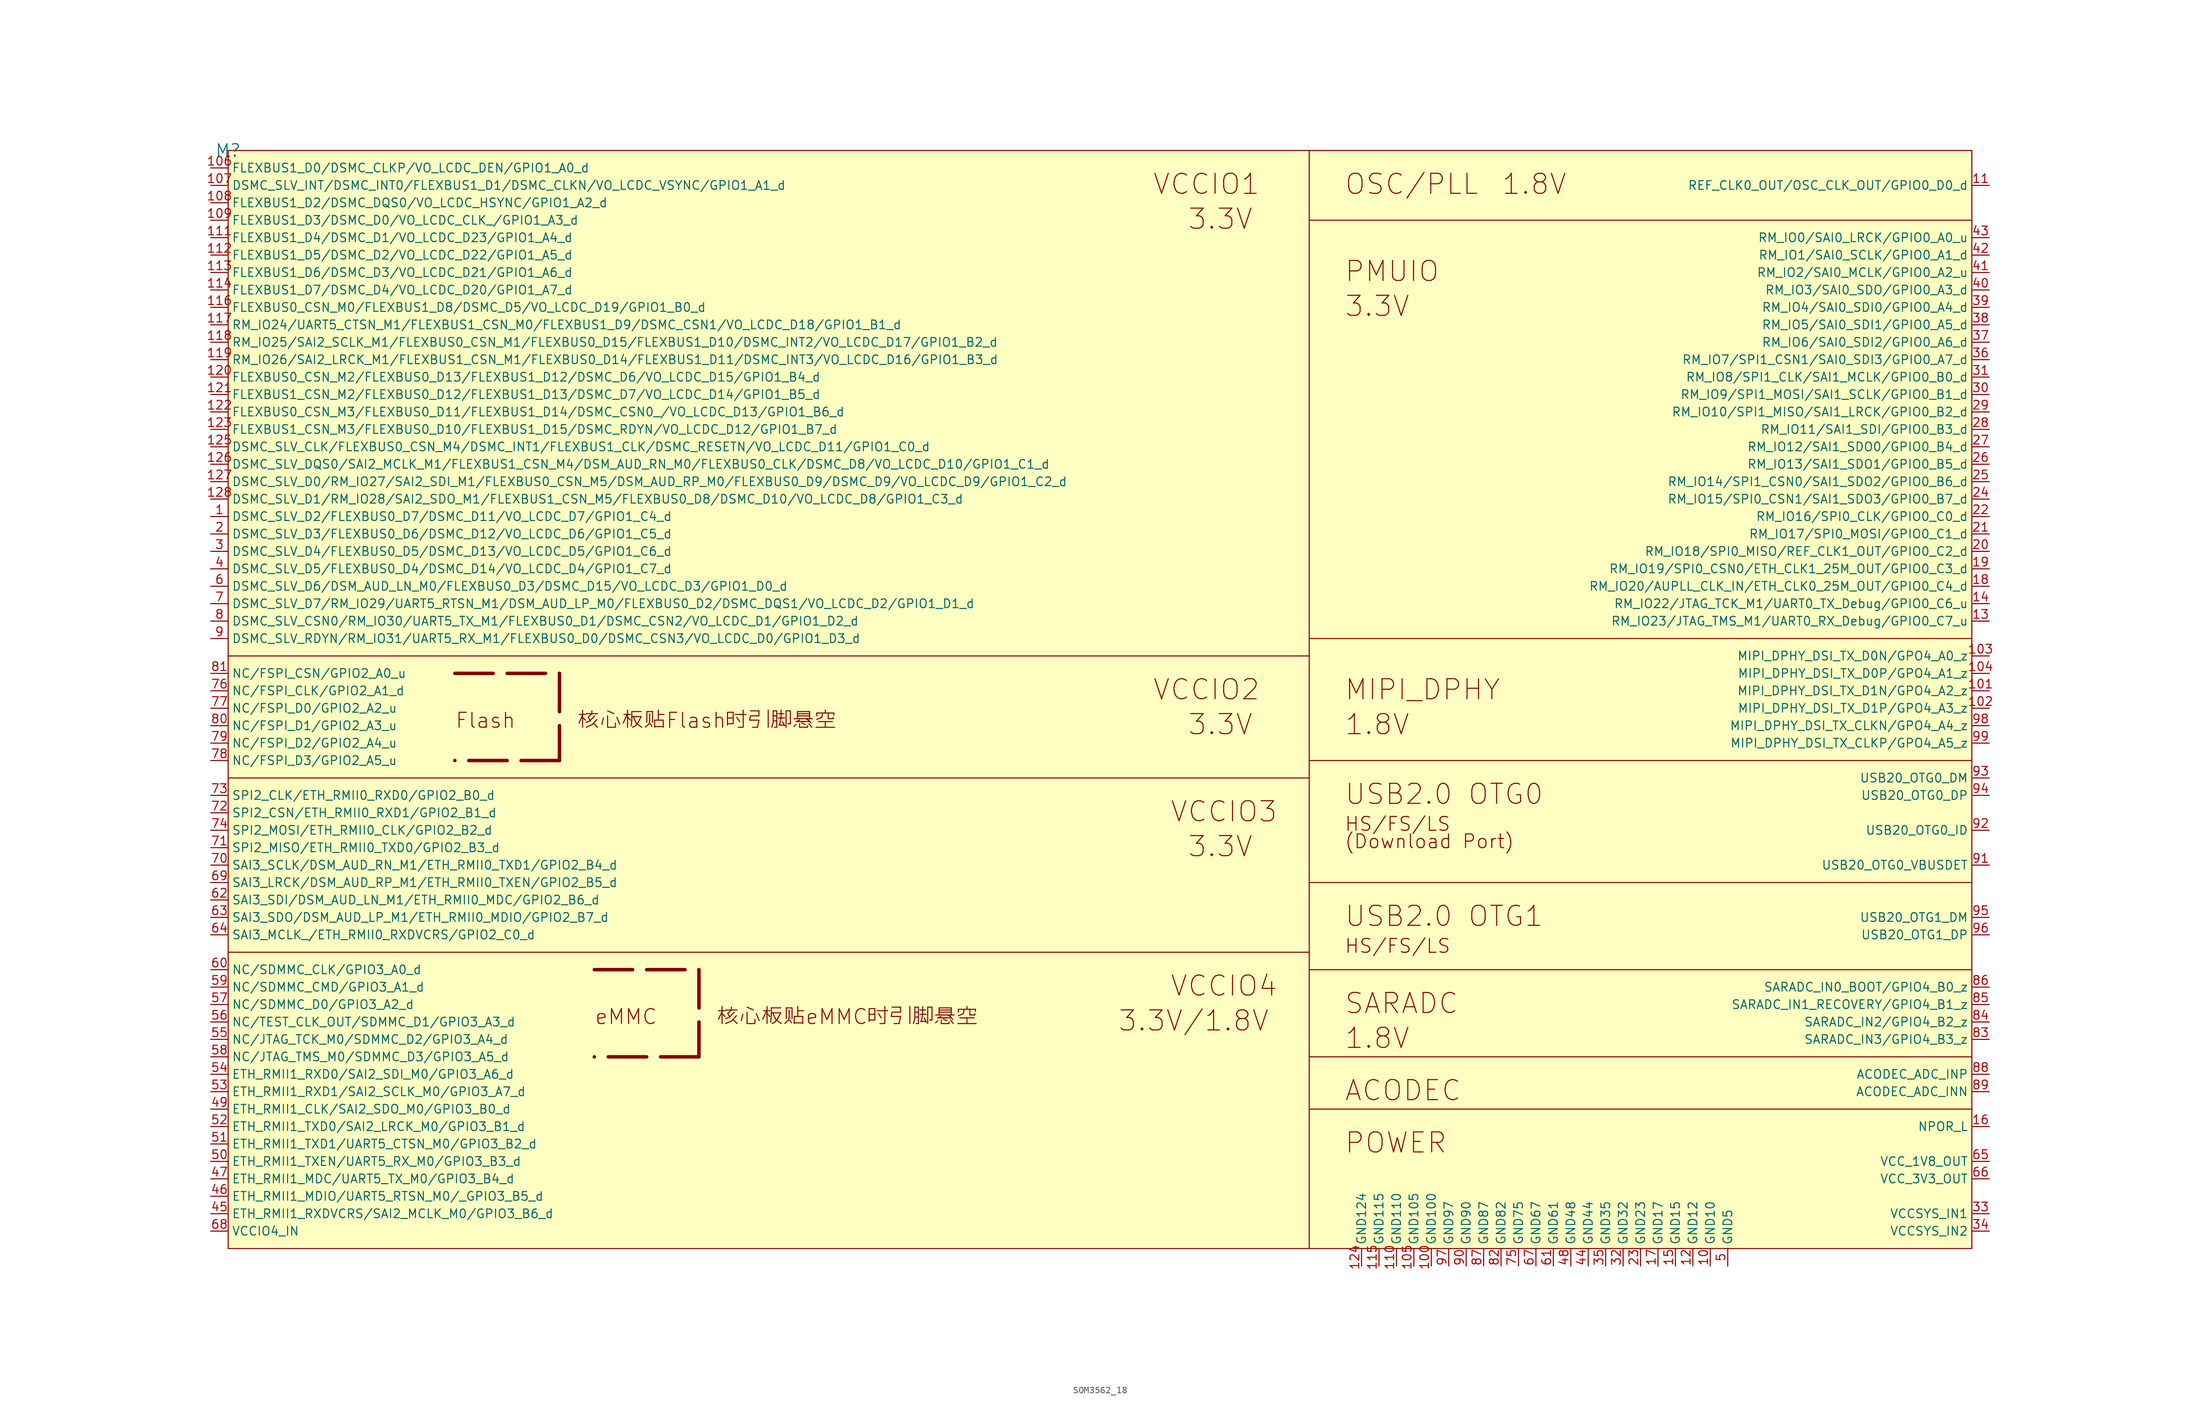
<source format=kicad_sym>
(kicad_symbol_lib
  (version 20241209)
  (generator "kicad_symbol_editor")
  (generator_version "9.0")
  (symbol "SOM3562_18"
    (property "Reference" "M"
      (at 0 0 0)
      (effects (font (size 1.829 1.829))))
    (symbol "SOM3562_18_1_0"
      (polyline (pts (xy 0 -73.66) (xy 157.48 -73.66)) (stroke (width 0) (type solid)) (fill (type none)))
      (polyline (pts (xy 0 -91.44) (xy 157.48 -91.44)) (stroke (width 0) (type solid)) (fill (type none)))
      (polyline (pts (xy 0 -116.84) (xy 157.48 -116.84)) (stroke (width 0) (type solid)) (fill (type none)))
      (polyline (pts (xy 33.02 -76.2) (xy 48.26 -76.2)) (stroke (width 0.508) (type dash)) (fill (type none)))
      (polyline (pts (xy 48.26 -76.2) (xy 48.26 -88.9)) (stroke (width 0.508) (type dash)) (fill (type none)))
      (polyline (pts (xy 48.26 -88.9) (xy 33.02 -88.9)) (stroke (width 0.508) (type dash)) (fill (type none)))
      (polyline (pts (xy 53.34 -119.38) (xy 68.58 -119.38)) (stroke (width 0.508) (type dash)) (fill (type none)))
      (polyline (pts (xy 68.58 -119.38) (xy 68.58 -132.08)) (stroke (width 0.508) (type dash)) (fill (type none)))
      (polyline (pts (xy 68.58 -132.08) (xy 53.34 -132.08)) (stroke (width 0.508) (type dash)) (fill (type none)))
      (polyline (pts (xy 157.48 0) (xy 157.48 -160.02)) (stroke (width 0) (type solid)) (fill (type none)))
      (rectangle (start 254 0) (end 0 -160.02) (stroke (width 0) (type solid) (color 128 0 0 1)) (fill (type background)))
      (polyline (pts (xy 254 -10.16) (xy 157.48 -10.16)) (stroke (width 0) (type solid)) (fill (type none)))
      (polyline (pts (xy 254 -71.12) (xy 157.48 -71.12)) (stroke (width 0) (type solid)) (fill (type none)))
      (polyline (pts (xy 254 -88.9) (xy 157.48 -88.9)) (stroke (width 0) (type solid)) (fill (type none)))
      (polyline (pts (xy 254 -106.68) (xy 157.48 -106.68)) (stroke (width 0) (type solid)) (fill (type none)))
      (polyline (pts (xy 254 -119.38) (xy 157.48 -119.38)) (stroke (width 0) (type solid)) (fill (type none)))
      (polyline (pts (xy 254 -132.08) (xy 157.48 -132.08)) (stroke (width 0) (type solid)) (fill (type none)))
      (polyline (pts (xy 254 -139.7) (xy 157.48 -139.7)) (stroke (width 0) (type solid)) (fill (type none)))
      (text "Flash" (at 33.02 -84.328 0) (effects (font (size 2.184 2.184)) (justify left bottom)))
      (text "核心板贴Flash时引脚悬空" (at 50.8 -84.328 0) (effects (font (size 2.184 2.184)) (justify left bottom)))
      (text "eMMC" (at 53.34 -127.508 0) (effects (font (size 2.184 2.184)) (justify left bottom)))
      (text "核心板贴eMMC时引脚悬空" (at 71.12 -127.508 0) (effects (font (size 2.184 2.184)) (justify left bottom)))
      (text "3.3V/1.8V" (at 129.54 -128.524 0) (effects (font (size 2.921 2.921)) (justify left bottom)))
      (text "VCCIO1" (at 134.62 -6.604 0) (effects (font (size 2.921 2.921)) (justify left bottom)))
      (text "VCCIO2" (at 134.62 -80.264 0) (effects (font (size 2.921 2.921)) (justify left bottom)))
      (text "VCCIO3" (at 137.16 -98.044 0) (effects (font (size 2.921 2.921)) (justify left bottom)))
      (text "VCCIO4" (at 137.16 -123.444 0) (effects (font (size 2.921 2.921)) (justify left bottom)))
      (text "3.3V" (at 139.7 -11.684 0) (effects (font (size 2.921 2.921)) (justify left bottom)))
      (text "3.3V" (at 139.7 -85.344 0) (effects (font (size 2.921 2.921)) (justify left bottom)))
      (text "3.3V" (at 139.7 -103.124 0) (effects (font (size 2.921 2.921)) (justify left bottom)))
      (text "OSC/PLL" (at 162.56 -6.604 0) (effects (font (size 2.921 2.921)) (justify left bottom)))
      (text "PMUIO" (at 162.56 -19.304 0) (effects (font (size 2.921 2.921)) (justify left bottom)))
      (text "3.3V" (at 162.56 -24.384 0) (effects (font (size 2.921 2.921)) (justify left bottom)))
      (text "MIPI_DPHY" (at 162.56 -80.264 0) (effects (font (size 2.921 2.921)) (justify left bottom)))
      (text "1.8V" (at 162.56 -85.344 0) (effects (font (size 2.921 2.921)) (justify left bottom)))
      (text "USB2.0 OTG0" (at 162.56 -95.504 0) (effects (font (size 2.921 2.921)) (justify left bottom)))
      (text "HS/FS/LS" (at 162.56 -99.314 0) (effects (font (size 2.007 2.007)) (justify left bottom)))
      (text "(Download Port)" (at 162.56 -101.854 0) (effects (font (size 2.007 2.007)) (justify left bottom)))
      (text "USB2.0 OTG1" (at 162.56 -113.284 0) (effects (font (size 2.921 2.921)) (justify left bottom)))
      (text "HS/FS/LS" (at 162.56 -117.094 0) (effects (font (size 2.007 2.007)) (justify left bottom)))
      (text "SARADC" (at 162.56 -125.984 0) (effects (font (size 2.921 2.921)) (justify left bottom)))
      (text "1.8V" (at 162.56 -131.064 0) (effects (font (size 2.921 2.921)) (justify left bottom)))
      (text "ACODEC" (at 162.56 -138.684 0) (effects (font (size 2.921 2.921)) (justify left bottom)))
      (text "POWER" (at 162.56 -146.304 0) (effects (font (size 2.921 2.921)) (justify left bottom)))
      (text "1.8V" (at 185.42 -6.604 0) (effects (font (size 2.921 2.921)) (justify left bottom)))
      (pin passive line (at -2.54 -2.54 0) (length 2.54) (name "FLEXBUS1_D0/DSMC_CLKP/VO_LCDC_DEN/GPIO1_A0_d" (effects (font (size 1.27 1.27)))) (number "106" (effects (font (size 1.27 1.27)))))
      (pin passive line (at -2.54 -5.08 0) (length 2.54) (name "DSMC_SLV_INT/DSMC_INT0/FLEXBUS1_D1/DSMC_CLKN/VO_LCDC_VSYNC/GPIO1_A1_d" (effects (font (size 1.27 1.27)))) (number "107" (effects (font (size 1.27 1.27)))))
      (pin passive line (at -2.54 -7.62 0) (length 2.54) (name "FLEXBUS1_D2/DSMC_DQS0/VO_LCDC_HSYNC/GPIO1_A2_d" (effects (font (size 1.27 1.27)))) (number "108" (effects (font (size 1.27 1.27)))))
      (pin passive line (at -2.54 -10.16 0) (length 2.54) (name "FLEXBUS1_D3/DSMC_D0/VO_LCDC_CLK_/GPIO1_A3_d" (effects (font (size 1.27 1.27)))) (number "109" (effects (font (size 1.27 1.27)))))
      (pin passive line (at -2.54 -12.7 0) (length 2.54) (name "FLEXBUS1_D4/DSMC_D1/VO_LCDC_D23/GPIO1_A4_d" (effects (font (size 1.27 1.27)))) (number "111" (effects (font (size 1.27 1.27)))))
      (pin passive line (at -2.54 -15.24 0) (length 2.54) (name "FLEXBUS1_D5/DSMC_D2/VO_LCDC_D22/GPIO1_A5_d" (effects (font (size 1.27 1.27)))) (number "112" (effects (font (size 1.27 1.27)))))
      (pin passive line (at -2.54 -17.78 0) (length 2.54) (name "FLEXBUS1_D6/DSMC_D3/VO_LCDC_D21/GPIO1_A6_d" (effects (font (size 1.27 1.27)))) (number "113" (effects (font (size 1.27 1.27)))))
      (pin passive line (at -2.54 -20.32 0) (length 2.54) (name "FLEXBUS1_D7/DSMC_D4/VO_LCDC_D20/GPIO1_A7_d" (effects (font (size 1.27 1.27)))) (number "114" (effects (font (size 1.27 1.27)))))
      (pin passive line (at -2.54 -22.86 0) (length 2.54) (name "FLEXBUS0_CSN_M0/FLEXBUS1_D8/DSMC_D5/VO_LCDC_D19/GPIO1_B0_d" (effects (font (size 1.27 1.27)))) (number "116" (effects (font (size 1.27 1.27)))))
      (pin passive line (at -2.54 -25.4 0) (length 2.54) (name "RM_IO24/UART5_CTSN_M1/FLEXBUS1_CSN_M0/FLEXBUS1_D9/DSMC_CSN1/VO_LCDC_D18/GPIO1_B1_d" (effects (font (size 1.27 1.27)))) (number "117" (effects (font (size 1.27 1.27)))))
      (pin passive line (at -2.54 -27.94 0) (length 2.54) (name "RM_IO25/SAI2_SCLK_M1/FLEXBUS0_CSN_M1/FLEXBUS0_D15/FLEXBUS1_D10/DSMC_INT2/VO_LCDC_D17/GPIO1_B2_d" (effects (font (size 1.27 1.27)))) (number "118" (effects (font (size 1.27 1.27)))))
      (pin passive line (at -2.54 -30.48 0) (length 2.54) (name "RM_IO26/SAI2_LRCK_M1/FLEXBUS1_CSN_M1/FLEXBUS0_D14/FLEXBUS1_D11/DSMC_INT3/VO_LCDC_D16/GPIO1_B3_d" (effects (font (size 1.27 1.27)))) (number "119" (effects (font (size 1.27 1.27)))))
      (pin passive line (at -2.54 -33.02 0) (length 2.54) (name "FLEXBUS0_CSN_M2/FLEXBUS0_D13/FLEXBUS1_D12/DSMC_D6/VO_LCDC_D15/GPIO1_B4_d" (effects (font (size 1.27 1.27)))) (number "120" (effects (font (size 1.27 1.27)))))
      (pin passive line (at -2.54 -35.56 0) (length 2.54) (name "FLEXBUS1_CSN_M2/FLEXBUS0_D12/FLEXBUS1_D13/DSMC_D7/VO_LCDC_D14/GPIO1_B5_d" (effects (font (size 1.27 1.27)))) (number "121" (effects (font (size 1.27 1.27)))))
      (pin passive line (at -2.54 -38.1 0) (length 2.54) (name "FLEXBUS0_CSN_M3/FLEXBUS0_D11/FLEXBUS1_D14/DSMC_CSN0_/VO_LCDC_D13/GPIO1_B6_d" (effects (font (size 1.27 1.27)))) (number "122" (effects (font (size 1.27 1.27)))))
      (pin passive line (at -2.54 -40.64 0) (length 2.54) (name "FLEXBUS1_CSN_M3/FLEXBUS0_D10/FLEXBUS1_D15/DSMC_RDYN/VO_LCDC_D12/GPIO1_B7_d" (effects (font (size 1.27 1.27)))) (number "123" (effects (font (size 1.27 1.27)))))
      (pin passive line (at -2.54 -43.18 0) (length 2.54) (name "DSMC_SLV_CLK/FLEXBUS0_CSN_M4/DSMC_INT1/FLEXBUS1_CLK/DSMC_RESETN/VO_LCDC_D11/GPIO1_C0_d" (effects (font (size 1.27 1.27)))) (number "125" (effects (font (size 1.27 1.27)))))
      (pin passive line (at -2.54 -45.72 0) (length 2.54) (name "DSMC_SLV_DQS0/SAI2_MCLK_M1/FLEXBUS1_CSN_M4/DSM_AUD_RN_M0/FLEXBUS0_CLK/DSMC_D8/VO_LCDC_D10/GPIO1_C1_d" (effects (font (size 1.27 1.27)))) (number "126" (effects (font (size 1.27 1.27)))))
      (pin passive line (at -2.54 -48.26 0) (length 2.54) (name "DSMC_SLV_D0/RM_IO27/SAI2_SDI_M1/FLEXBUS0_CSN_M5/DSM_AUD_RP_M0/FLEXBUS0_D9/DSMC_D9/VO_LCDC_D9/GPIO1_C2_d" (effects (font (size 1.27 1.27)))) (number "127" (effects (font (size 1.27 1.27)))))
      (pin passive line (at -2.54 -50.8 0) (length 2.54) (name "DSMC_SLV_D1/RM_IO28/SAI2_SDO_M1/FLEXBUS1_CSN_M5/FLEXBUS0_D8/DSMC_D10/VO_LCDC_D8/GPIO1_C3_d" (effects (font (size 1.27 1.27)))) (number "128" (effects (font (size 1.27 1.27)))))
      (pin passive line (at -2.54 -53.34 0) (length 2.54) (name "DSMC_SLV_D2/FLEXBUS0_D7/DSMC_D11/VO_LCDC_D7/GPIO1_C4_d" (effects (font (size 1.27 1.27)))) (number "1" (effects (font (size 1.27 1.27)))))
      (pin passive line (at -2.54 -55.88 0) (length 2.54) (name "DSMC_SLV_D3/FLEXBUS0_D6/DSMC_D12/VO_LCDC_D6/GPIO1_C5_d" (effects (font (size 1.27 1.27)))) (number "2" (effects (font (size 1.27 1.27)))))
      (pin passive line (at -2.54 -58.42 0) (length 2.54) (name "DSMC_SLV_D4/FLEXBUS0_D5/DSMC_D13/VO_LCDC_D5/GPIO1_C6_d" (effects (font (size 1.27 1.27)))) (number "3" (effects (font (size 1.27 1.27)))))
      (pin passive line (at -2.54 -60.96 0) (length 2.54) (name "DSMC_SLV_D5/FLEXBUS0_D4/DSMC_D14/VO_LCDC_D4/GPIO1_C7_d" (effects (font (size 1.27 1.27)))) (number "4" (effects (font (size 1.27 1.27)))))
      (pin passive line (at -2.54 -63.5 0) (length 2.54) (name "DSMC_SLV_D6/DSM_AUD_LN_M0/FLEXBUS0_D3/DSMC_D15/VO_LCDC_D3/GPIO1_D0_d" (effects (font (size 1.27 1.27)))) (number "6" (effects (font (size 1.27 1.27)))))
      (pin passive line (at -2.54 -66.04 0) (length 2.54) (name "DSMC_SLV_D7/RM_IO29/UART5_RTSN_M1/DSM_AUD_LP_M0/FLEXBUS0_D2/DSMC_DQS1/VO_LCDC_D2/GPIO1_D1_d" (effects (font (size 1.27 1.27)))) (number "7" (effects (font (size 1.27 1.27)))))
      (pin passive line (at -2.54 -68.58 0) (length 2.54) (name "DSMC_SLV_CSN0/RM_IO30/UART5_TX_M1/FLEXBUS0_D1/DSMC_CSN2/VO_LCDC_D1/GPIO1_D2_d" (effects (font (size 1.27 1.27)))) (number "8" (effects (font (size 1.27 1.27)))))
      (pin passive line (at -2.54 -71.12 0) (length 2.54) (name "DSMC_SLV_RDYN/RM_IO31/UART5_RX_M1/FLEXBUS0_D0/DSMC_CSN3/VO_LCDC_D0/GPIO1_D3_d" (effects (font (size 1.27 1.27)))) (number "9" (effects (font (size 1.27 1.27)))))
      (pin passive line (at -2.54 -76.2 0) (length 2.54) (name "NC/FSPI_CSN/GPIO2_A0_u" (effects (font (size 1.27 1.27)))) (number "81" (effects (font (size 1.27 1.27)))))
      (pin passive line (at -2.54 -78.74 0) (length 2.54) (name "NC/FSPI_CLK/GPIO2_A1_d" (effects (font (size 1.27 1.27)))) (number "76" (effects (font (size 1.27 1.27)))))
      (pin passive line (at -2.54 -81.28 0) (length 2.54) (name "NC/FSPI_D0/GPIO2_A2_u" (effects (font (size 1.27 1.27)))) (number "77" (effects (font (size 1.27 1.27)))))
      (pin passive line (at -2.54 -83.82 0) (length 2.54) (name "NC/FSPI_D1/GPIO2_A3_u" (effects (font (size 1.27 1.27)))) (number "80" (effects (font (size 1.27 1.27)))))
      (pin passive line (at -2.54 -86.36 0) (length 2.54) (name "NC/FSPI_D2/GPIO2_A4_u" (effects (font (size 1.27 1.27)))) (number "79" (effects (font (size 1.27 1.27)))))
      (pin passive line (at -2.54 -88.9 0) (length 2.54) (name "NC/FSPI_D3/GPIO2_A5_u" (effects (font (size 1.27 1.27)))) (number "78" (effects (font (size 1.27 1.27)))))
      (pin passive line (at -2.54 -93.98 0) (length 2.54) (name "SPI2_CLK/ETH_RMII0_RXD0/GPIO2_B0_d" (effects (font (size 1.27 1.27)))) (number "73" (effects (font (size 1.27 1.27)))))
      (pin passive line (at -2.54 -96.52 0) (length 2.54) (name "SPI2_CSN/ETH_RMII0_RXD1/GPIO2_B1_d" (effects (font (size 1.27 1.27)))) (number "72" (effects (font (size 1.27 1.27)))))
      (pin passive line (at -2.54 -99.06 0) (length 2.54) (name "SPI2_MOSI/ETH_RMII0_CLK/GPIO2_B2_d" (effects (font (size 1.27 1.27)))) (number "74" (effects (font (size 1.27 1.27)))))
      (pin passive line (at -2.54 -101.6 0) (length 2.54) (name "SPI2_MISO/ETH_RMII0_TXD0/GPIO2_B3_d" (effects (font (size 1.27 1.27)))) (number "71" (effects (font (size 1.27 1.27)))))
      (pin passive line (at -2.54 -104.14 0) (length 2.54) (name "SAI3_SCLK/DSM_AUD_RN_M1/ETH_RMII0_TXD1/GPIO2_B4_d" (effects (font (size 1.27 1.27)))) (number "70" (effects (font (size 1.27 1.27)))))
      (pin passive line (at -2.54 -106.68 0) (length 2.54) (name "SAI3_LRCK/DSM_AUD_RP_M1/ETH_RMII0_TXEN/GPIO2_B5_d" (effects (font (size 1.27 1.27)))) (number "69" (effects (font (size 1.27 1.27)))))
      (pin passive line (at -2.54 -109.22 0) (length 2.54) (name "SAI3_SDI/DSM_AUD_LN_M1/ETH_RMII0_MDC/GPIO2_B6_d" (effects (font (size 1.27 1.27)))) (number "62" (effects (font (size 1.27 1.27)))))
      (pin passive line (at -2.54 -111.76 0) (length 2.54) (name "SAI3_SDO/DSM_AUD_LP_M1/ETH_RMII0_MDIO/GPIO2_B7_d" (effects (font (size 1.27 1.27)))) (number "63" (effects (font (size 1.27 1.27)))))
      (pin passive line (at -2.54 -114.3 0) (length 2.54) (name "SAI3_MCLK_/ETH_RMII0_RXDVCRS/GPIO2_C0_d" (effects (font (size 1.27 1.27)))) (number "64" (effects (font (size 1.27 1.27)))))
      (pin passive line (at -2.54 -119.38 0) (length 2.54) (name "NC/SDMMC_CLK/GPIO3_A0_d" (effects (font (size 1.27 1.27)))) (number "60" (effects (font (size 1.27 1.27)))))
      (pin passive line (at -2.54 -121.92 0) (length 2.54) (name "NC/SDMMC_CMD/GPIO3_A1_d" (effects (font (size 1.27 1.27)))) (number "59" (effects (font (size 1.27 1.27)))))
      (pin passive line (at -2.54 -124.46 0) (length 2.54) (name "NC/SDMMC_D0/GPIO3_A2_d" (effects (font (size 1.27 1.27)))) (number "57" (effects (font (size 1.27 1.27)))))
      (pin passive line (at -2.54 -127 0) (length 2.54) (name "NC/TEST_CLK_OUT/SDMMC_D1/GPIO3_A3_d" (effects (font (size 1.27 1.27)))) (number "56" (effects (font (size 1.27 1.27)))))
      (pin passive line (at -2.54 -129.54 0) (length 2.54) (name "NC/JTAG_TCK_M0/SDMMC_D2/GPIO3_A4_d" (effects (font (size 1.27 1.27)))) (number "55" (effects (font (size 1.27 1.27)))))
      (pin passive line (at -2.54 -132.08 0) (length 2.54) (name "NC/JTAG_TMS_M0/SDMMC_D3/GPIO3_A5_d" (effects (font (size 1.27 1.27)))) (number "58" (effects (font (size 1.27 1.27)))))
      (pin passive line (at -2.54 -134.62 0) (length 2.54) (name "ETH_RMII1_RXD0/SAI2_SDI_M0/GPIO3_A6_d" (effects (font (size 1.27 1.27)))) (number "54" (effects (font (size 1.27 1.27)))))
      (pin passive line (at -2.54 -137.16 0) (length 2.54) (name "ETH_RMII1_RXD1/SAI2_SCLK_M0/GPIO3_A7_d" (effects (font (size 1.27 1.27)))) (number "53" (effects (font (size 1.27 1.27)))))
      (pin passive line (at -2.54 -139.7 0) (length 2.54) (name "ETH_RMII1_CLK/SAI2_SDO_M0/GPIO3_B0_d" (effects (font (size 1.27 1.27)))) (number "49" (effects (font (size 1.27 1.27)))))
      (pin passive line (at -2.54 -142.24 0) (length 2.54) (name "ETH_RMII1_TXD0/SAI2_LRCK_M0/GPIO3_B1_d" (effects (font (size 1.27 1.27)))) (number "52" (effects (font (size 1.27 1.27)))))
      (pin passive line (at -2.54 -144.78 0) (length 2.54) (name "ETH_RMII1_TXD1/UART5_CTSN_M0/GPIO3_B2_d" (effects (font (size 1.27 1.27)))) (number "51" (effects (font (size 1.27 1.27)))))
      (pin passive line (at -2.54 -147.32 0) (length 2.54) (name "ETH_RMII1_TXEN/UART5_RX_M0/GPIO3_B3_d" (effects (font (size 1.27 1.27)))) (number "50" (effects (font (size 1.27 1.27)))))
      (pin passive line (at -2.54 -149.86 0) (length 2.54) (name "ETH_RMII1_MDC/UART5_TX_M0/GPIO3_B4_d" (effects (font (size 1.27 1.27)))) (number "47" (effects (font (size 1.27 1.27)))))
      (pin passive line (at -2.54 -152.4 0) (length 2.54) (name "ETH_RMII1_MDIO/UART5_RTSN_M0/_GPIO3_B5_d" (effects (font (size 1.27 1.27)))) (number "46" (effects (font (size 1.27 1.27)))))
      (pin passive line (at -2.54 -154.94 0) (length 2.54) (name "ETH_RMII1_RXDVCRS/SAI2_MCLK_M0/GPIO3_B6_d" (effects (font (size 1.27 1.27)))) (number "45" (effects (font (size 1.27 1.27)))))
      (pin passive line (at -2.54 -157.48 0) (length 2.54) (name "VCCIO4_IN" (effects (font (size 1.27 1.27)))) (number "68" (effects (font (size 1.27 1.27)))))
      (pin passive line (at 165.1 -162.56 90) (length 2.54) (name "GND124" (effects (font (size 1.27 1.27)))) (number "124" (effects (font (size 1.27 1.27)))))
      (pin passive line (at 167.64 -162.56 90) (length 2.54) (name "GND115" (effects (font (size 1.27 1.27)))) (number "115" (effects (font (size 1.27 1.27)))))
      (pin passive line (at 170.18 -162.56 90) (length 2.54) (name "GND110" (effects (font (size 1.27 1.27)))) (number "110" (effects (font (size 1.27 1.27)))))
      (pin passive line (at 172.72 -162.56 90) (length 2.54) (name "GND105" (effects (font (size 1.27 1.27)))) (number "105" (effects (font (size 1.27 1.27)))))
      (pin passive line (at 175.26 -162.56 90) (length 2.54) (name "GND100" (effects (font (size 1.27 1.27)))) (number "100" (effects (font (size 1.27 1.27)))))
      (pin passive line (at 177.8 -162.56 90) (length 2.54) (name "GND97" (effects (font (size 1.27 1.27)))) (number "97" (effects (font (size 1.27 1.27)))))
      (pin passive line (at 180.34 -162.56 90) (length 2.54) (name "GND90" (effects (font (size 1.27 1.27)))) (number "90" (effects (font (size 1.27 1.27)))))
      (pin passive line (at 182.88 -162.56 90) (length 2.54) (name "GND87" (effects (font (size 1.27 1.27)))) (number "87" (effects (font (size 1.27 1.27)))))
      (pin passive line (at 185.42 -162.56 90) (length 2.54) (name "GND82" (effects (font (size 1.27 1.27)))) (number "82" (effects (font (size 1.27 1.27)))))
      (pin passive line (at 187.96 -162.56 90) (length 2.54) (name "GND75" (effects (font (size 1.27 1.27)))) (number "75" (effects (font (size 1.27 1.27)))))
      (pin passive line (at 190.5 -162.56 90) (length 2.54) (name "GND67" (effects (font (size 1.27 1.27)))) (number "67" (effects (font (size 1.27 1.27)))))
      (pin passive line (at 193.04 -162.56 90) (length 2.54) (name "GND61" (effects (font (size 1.27 1.27)))) (number "61" (effects (font (size 1.27 1.27)))))
      (pin passive line (at 195.58 -162.56 90) (length 2.54) (name "GND48" (effects (font (size 1.27 1.27)))) (number "48" (effects (font (size 1.27 1.27)))))
      (pin passive line (at 198.12 -162.56 90) (length 2.54) (name "GND44" (effects (font (size 1.27 1.27)))) (number "44" (effects (font (size 1.27 1.27)))))
      (pin passive line (at 200.66 -162.56 90) (length 2.54) (name "GND35" (effects (font (size 1.27 1.27)))) (number "35" (effects (font (size 1.27 1.27)))))
      (pin passive line (at 203.2 -162.56 90) (length 2.54) (name "GND32" (effects (font (size 1.27 1.27)))) (number "32" (effects (font (size 1.27 1.27)))))
      (pin passive line (at 205.74 -162.56 90) (length 2.54) (name "GND23" (effects (font (size 1.27 1.27)))) (number "23" (effects (font (size 1.27 1.27)))))
      (pin passive line (at 208.28 -162.56 90) (length 2.54) (name "GND17" (effects (font (size 1.27 1.27)))) (number "17" (effects (font (size 1.27 1.27)))))
      (pin passive line (at 210.82 -162.56 90) (length 2.54) (name "GND15" (effects (font (size 1.27 1.27)))) (number "15" (effects (font (size 1.27 1.27)))))
      (pin passive line (at 213.36 -162.56 90) (length 2.54) (name "GND12" (effects (font (size 1.27 1.27)))) (number "12" (effects (font (size 1.27 1.27)))))
      (pin passive line (at 215.9 -162.56 90) (length 2.54) (name "GND10" (effects (font (size 1.27 1.27)))) (number "10" (effects (font (size 1.27 1.27)))))
      (pin passive line (at 218.44 -162.56 90) (length 2.54) (name "GND5" (effects (font (size 1.27 1.27)))) (number "5" (effects (font (size 1.27 1.27)))))
      (pin passive line (at 256.54 -5.08 180) (length 2.54) (name "REF_CLK0_OUT/OSC_CLK_OUT/GPIO0_D0_d" (effects (font (size 1.27 1.27)))) (number "11" (effects (font (size 1.27 1.27)))))
      (pin passive line (at 256.54 -12.7 180) (length 2.54) (name "RM_IO0/SAI0_LRCK/GPIO0_A0_u" (effects (font (size 1.27 1.27)))) (number "43" (effects (font (size 1.27 1.27)))))
      (pin passive line (at 256.54 -15.24 180) (length 2.54) (name "RM_IO1/SAI0_SCLK/GPIO0_A1_d" (effects (font (size 1.27 1.27)))) (number "42" (effects (font (size 1.27 1.27)))))
      (pin passive line (at 256.54 -17.78 180) (length 2.54) (name "RM_IO2/SAI0_MCLK/GPIO0_A2_u" (effects (font (size 1.27 1.27)))) (number "41" (effects (font (size 1.27 1.27)))))
      (pin passive line (at 256.54 -20.32 180) (length 2.54) (name "RM_IO3/SAI0_SDO/GPIO0_A3_d" (effects (font (size 1.27 1.27)))) (number "40" (effects (font (size 1.27 1.27)))))
      (pin passive line (at 256.54 -22.86 180) (length 2.54) (name "RM_IO4/SAI0_SDI0/GPIO0_A4_d" (effects (font (size 1.27 1.27)))) (number "39" (effects (font (size 1.27 1.27)))))
      (pin passive line (at 256.54 -25.4 180) (length 2.54) (name "RM_IO5/SAI0_SDI1/GPIO0_A5_d" (effects (font (size 1.27 1.27)))) (number "38" (effects (font (size 1.27 1.27)))))
      (pin passive line (at 256.54 -27.94 180) (length 2.54) (name "RM_IO6/SAI0_SDI2/GPIO0_A6_d" (effects (font (size 1.27 1.27)))) (number "37" (effects (font (size 1.27 1.27)))))
      (pin passive line (at 256.54 -30.48 180) (length 2.54) (name "RM_IO7/SPI1_CSN1/SAI0_SDI3/GPIO0_A7_d" (effects (font (size 1.27 1.27)))) (number "36" (effects (font (size 1.27 1.27)))))
      (pin passive line (at 256.54 -33.02 180) (length 2.54) (name "RM_IO8/SPI1_CLK/SAI1_MCLK/GPIO0_B0_d" (effects (font (size 1.27 1.27)))) (number "31" (effects (font (size 1.27 1.27)))))
      (pin passive line (at 256.54 -35.56 180) (length 2.54) (name "RM_IO9/SPI1_MOSI/SAI1_SCLK/GPIO0_B1_d" (effects (font (size 1.27 1.27)))) (number "30" (effects (font (size 1.27 1.27)))))
      (pin passive line (at 256.54 -38.1 180) (length 2.54) (name "RM_IO10/SPI1_MISO/SAI1_LRCK/GPIO0_B2_d" (effects (font (size 1.27 1.27)))) (number "29" (effects (font (size 1.27 1.27)))))
      (pin passive line (at 256.54 -40.64 180) (length 2.54) (name "RM_IO11/SAI1_SDI/GPIO0_B3_d" (effects (font (size 1.27 1.27)))) (number "28" (effects (font (size 1.27 1.27)))))
      (pin passive line (at 256.54 -43.18 180) (length 2.54) (name "RM_IO12/SAI1_SDO0/GPIO0_B4_d" (effects (font (size 1.27 1.27)))) (number "27" (effects (font (size 1.27 1.27)))))
      (pin passive line (at 256.54 -45.72 180) (length 2.54) (name "RM_IO13/SAI1_SDO1/GPIO0_B5_d" (effects (font (size 1.27 1.27)))) (number "26" (effects (font (size 1.27 1.27)))))
      (pin passive line (at 256.54 -48.26 180) (length 2.54) (name "RM_IO14/SPI1_CSN0/SAI1_SDO2/GPIO0_B6_d" (effects (font (size 1.27 1.27)))) (number "25" (effects (font (size 1.27 1.27)))))
      (pin passive line (at 256.54 -50.8 180) (length 2.54) (name "RM_IO15/SPI0_CSN1/SAI1_SDO3/GPIO0_B7_d" (effects (font (size 1.27 1.27)))) (number "24" (effects (font (size 1.27 1.27)))))
      (pin passive line (at 256.54 -53.34 180) (length 2.54) (name "RM_IO16/SPI0_CLK/GPIO0_C0_d" (effects (font (size 1.27 1.27)))) (number "22" (effects (font (size 1.27 1.27)))))
      (pin passive line (at 256.54 -55.88 180) (length 2.54) (name "RM_IO17/SPI0_MOSI/GPIO0_C1_d" (effects (font (size 1.27 1.27)))) (number "21" (effects (font (size 1.27 1.27)))))
      (pin passive line (at 256.54 -58.42 180) (length 2.54) (name "RM_IO18/SPI0_MISO/REF_CLK1_OUT/GPIO0_C2_d" (effects (font (size 1.27 1.27)))) (number "20" (effects (font (size 1.27 1.27)))))
      (pin passive line (at 256.54 -60.96 180) (length 2.54) (name "RM_IO19/SPI0_CSN0/ETH_CLK1_25M_OUT/GPIO0_C3_d" (effects (font (size 1.27 1.27)))) (number "19" (effects (font (size 1.27 1.27)))))
      (pin passive line (at 256.54 -63.5 180) (length 2.54) (name "RM_IO20/AUPLL_CLK_IN/ETH_CLK0_25M_OUT/GPIO0_C4_d" (effects (font (size 1.27 1.27)))) (number "18" (effects (font (size 1.27 1.27)))))
      (pin passive line (at 256.54 -66.04 180) (length 2.54) (name "RM_IO22/JTAG_TCK_M1/UART0_TX_Debug/GPIO0_C6_u" (effects (font (size 1.27 1.27)))) (number "14" (effects (font (size 1.27 1.27)))))
      (pin passive line (at 256.54 -68.58 180) (length 2.54) (name "RM_IO23/JTAG_TMS_M1/UART0_RX_Debug/GPIO0_C7_u" (effects (font (size 1.27 1.27)))) (number "13" (effects (font (size 1.27 1.27)))))
      (pin passive line (at 256.54 -73.66 180) (length 2.54) (name "MIPI_DPHY_DSI_TX_D0N/GPO4_A0_z" (effects (font (size 1.27 1.27)))) (number "103" (effects (font (size 1.27 1.27)))))
      (pin passive line (at 256.54 -76.2 180) (length 2.54) (name "MIPI_DPHY_DSI_TX_D0P/GPO4_A1_z" (effects (font (size 1.27 1.27)))) (number "104" (effects (font (size 1.27 1.27)))))
      (pin passive line (at 256.54 -78.74 180) (length 2.54) (name "MIPI_DPHY_DSI_TX_D1N/GPO4_A2_z" (effects (font (size 1.27 1.27)))) (number "101" (effects (font (size 1.27 1.27)))))
      (pin passive line (at 256.54 -81.28 180) (length 2.54) (name "MIPI_DPHY_DSI_TX_D1P/GPO4_A3_z" (effects (font (size 1.27 1.27)))) (number "102" (effects (font (size 1.27 1.27)))))
      (pin passive line (at 256.54 -83.82 180) (length 2.54) (name "MIPI_DPHY_DSI_TX_CLKN/GPO4_A4_z" (effects (font (size 1.27 1.27)))) (number "98" (effects (font (size 1.27 1.27)))))
      (pin passive line (at 256.54 -86.36 180) (length 2.54) (name "MIPI_DPHY_DSI_TX_CLKP/GPO4_A5_z" (effects (font (size 1.27 1.27)))) (number "99" (effects (font (size 1.27 1.27)))))
      (pin passive line (at 256.54 -91.44 180) (length 2.54) (name "USB20_OTG0_DM" (effects (font (size 1.27 1.27)))) (number "93" (effects (font (size 1.27 1.27)))))
      (pin passive line (at 256.54 -93.98 180) (length 2.54) (name "USB20_OTG0_DP" (effects (font (size 1.27 1.27)))) (number "94" (effects (font (size 1.27 1.27)))))
      (pin passive line (at 256.54 -99.06 180) (length 2.54) (name "USB20_OTG0_ID" (effects (font (size 1.27 1.27)))) (number "92" (effects (font (size 1.27 1.27)))))
      (pin passive line (at 256.54 -104.14 180) (length 2.54) (name "USB20_OTG0_VBUSDET" (effects (font (size 1.27 1.27)))) (number "91" (effects (font (size 1.27 1.27)))))
      (pin passive line (at 256.54 -111.76 180) (length 2.54) (name "USB20_OTG1_DM" (effects (font (size 1.27 1.27)))) (number "95" (effects (font (size 1.27 1.27)))))
      (pin passive line (at 256.54 -114.3 180) (length 2.54) (name "USB20_OTG1_DP" (effects (font (size 1.27 1.27)))) (number "96" (effects (font (size 1.27 1.27)))))
      (pin passive line (at 256.54 -121.92 180) (length 2.54) (name "SARADC_IN0_BOOT/GPIO4_B0_z" (effects (font (size 1.27 1.27)))) (number "86" (effects (font (size 1.27 1.27)))))
      (pin passive line (at 256.54 -124.46 180) (length 2.54) (name "SARADC_IN1_RECOVERY/GPIO4_B1_z" (effects (font (size 1.27 1.27)))) (number "85" (effects (font (size 1.27 1.27)))))
      (pin passive line (at 256.54 -127 180) (length 2.54) (name "SARADC_IN2/GPIO4_B2_z" (effects (font (size 1.27 1.27)))) (number "84" (effects (font (size 1.27 1.27)))))
      (pin passive line (at 256.54 -129.54 180) (length 2.54) (name "SARADC_IN3/GPIO4_B3_z" (effects (font (size 1.27 1.27)))) (number "83" (effects (font (size 1.27 1.27)))))
      (pin passive line (at 256.54 -134.62 180) (length 2.54) (name "ACODEC_ADC_INP" (effects (font (size 1.27 1.27)))) (number "88" (effects (font (size 1.27 1.27)))))
      (pin passive line (at 256.54 -137.16 180) (length 2.54) (name "ACODEC_ADC_INN" (effects (font (size 1.27 1.27)))) (number "89" (effects (font (size 1.27 1.27)))))
      (pin passive line (at 256.54 -142.24 180) (length 2.54) (name "NPOR_L" (effects (font (size 1.27 1.27)))) (number "16" (effects (font (size 1.27 1.27)))))
      (pin passive line (at 256.54 -147.32 180) (length 2.54) (name "VCC_1V8_OUT" (effects (font (size 1.27 1.27)))) (number "65" (effects (font (size 1.27 1.27)))))
      (pin passive line (at 256.54 -149.86 180) (length 2.54) (name "VCC_3V3_OUT" (effects (font (size 1.27 1.27)))) (number "66" (effects (font (size 1.27 1.27)))))
      (pin passive line (at 256.54 -154.94 180) (length 2.54) (name "VCCSYS_IN1" (effects (font (size 1.27 1.27)))) (number "33" (effects (font (size 1.27 1.27)))))
      (pin passive line (at 256.54 -157.48 180) (length 2.54) (name "VCCSYS_IN2" (effects (font (size 1.27 1.27)))) (number "34" (effects (font (size 1.27 1.27))))))))
</source>
